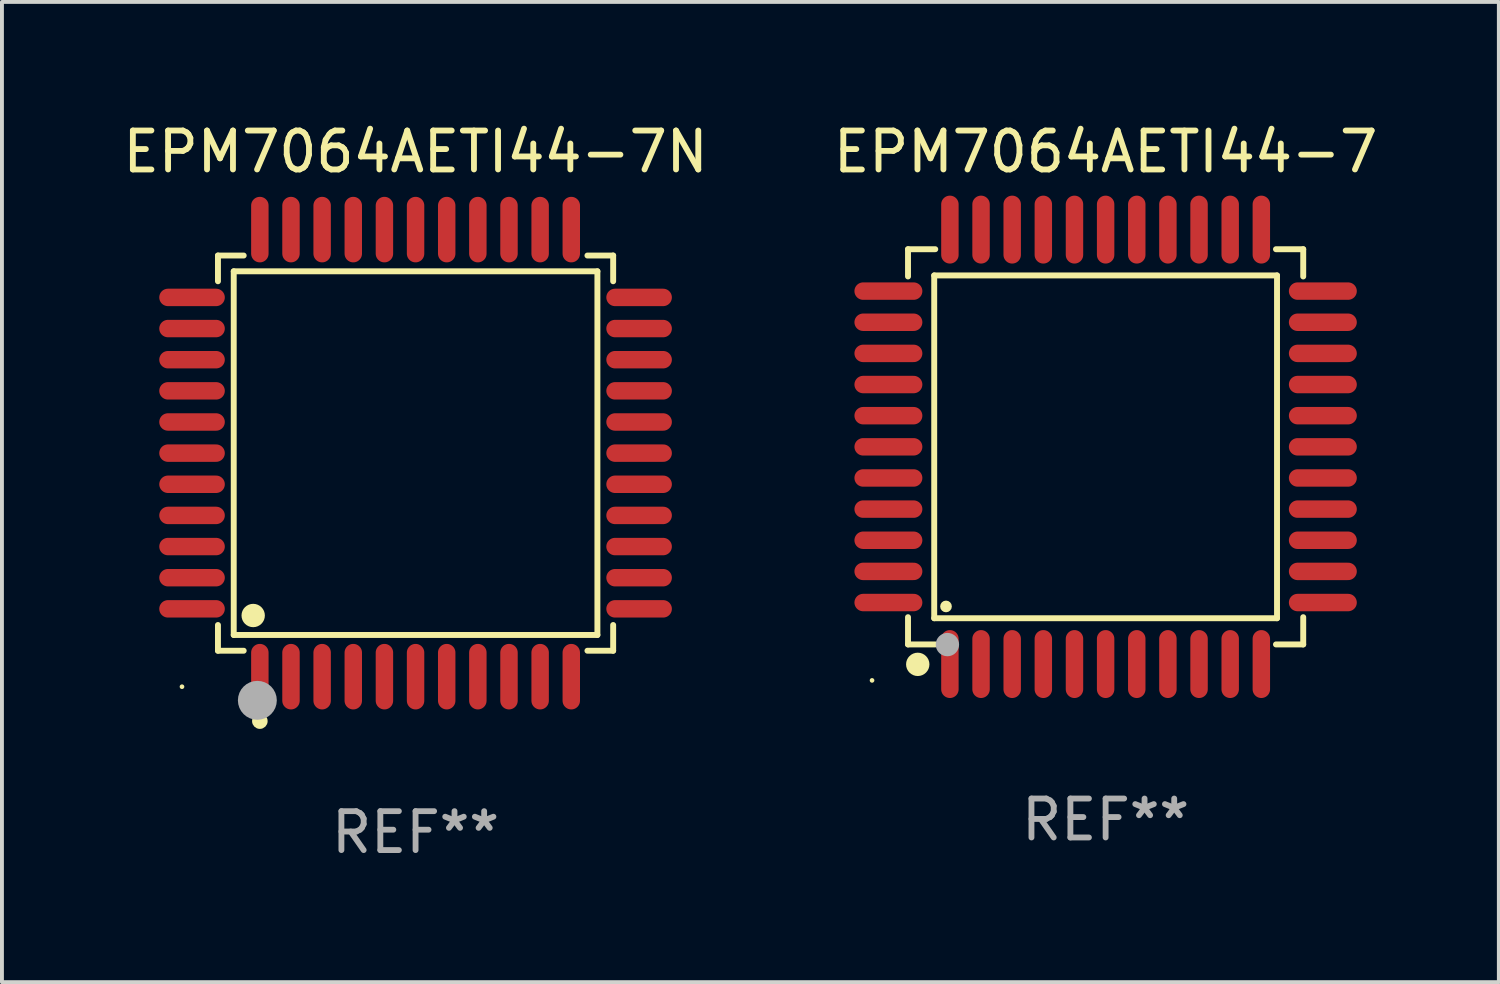
<source format=kicad_pcb>
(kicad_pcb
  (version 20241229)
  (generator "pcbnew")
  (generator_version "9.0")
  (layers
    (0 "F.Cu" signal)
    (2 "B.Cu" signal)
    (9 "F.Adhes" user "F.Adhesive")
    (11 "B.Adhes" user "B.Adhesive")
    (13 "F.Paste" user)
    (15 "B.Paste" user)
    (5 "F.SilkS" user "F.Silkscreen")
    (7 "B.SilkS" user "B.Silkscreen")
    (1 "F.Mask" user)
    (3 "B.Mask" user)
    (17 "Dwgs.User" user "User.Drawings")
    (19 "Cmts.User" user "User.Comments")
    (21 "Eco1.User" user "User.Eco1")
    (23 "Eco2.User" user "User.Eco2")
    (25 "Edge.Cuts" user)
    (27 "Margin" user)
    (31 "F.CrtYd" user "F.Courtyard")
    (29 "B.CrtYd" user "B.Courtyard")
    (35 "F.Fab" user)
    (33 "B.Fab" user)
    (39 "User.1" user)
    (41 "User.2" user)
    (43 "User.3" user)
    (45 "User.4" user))
  (footprint "EPM7064AETI44-7N"
    (layer "F.Cu")
    (at 7.625 8.59)
    (property "Reference" "EPM7064AETI44-7N" (at 0 -7.742 0) (layer "F.SilkS") (effects (font (size 1 1) (thickness 0.15))))
    (attr through_hole)
    (fp_line (start -5.076 -5.076) (end -4.415 -5.076) (stroke (width 0.152) (type solid)) (layer "F.SilkS"))
    (fp_line (start -5.076 -4.415) (end -5.076 -5.076) (stroke (width 0.152) (type solid)) (layer "F.SilkS"))
    (fp_line (start -5.076 4.415) (end -5.076 5.076) (stroke (width 0.152) (type solid)) (layer "F.SilkS"))
    (fp_line (start -5.076 5.076) (end -4.415 5.076) (stroke (width 0.152) (type solid)) (layer "F.SilkS"))
    (fp_line (start -4.671 -4.671) (end 4.671 -4.671) (stroke (width 0.152) (type solid)) (layer "F.SilkS"))
    (fp_line (start -4.671 4.671) (end -4.671 -4.671) (stroke (width 0.152) (type solid)) (layer "F.SilkS"))
    (fp_line (start 4.671 -4.671) (end 4.671 4.671) (stroke (width 0.152) (type solid)) (layer "F.SilkS"))
    (fp_line (start 4.671 4.671) (end -4.671 4.671) (stroke (width 0.152) (type solid)) (layer "F.SilkS"))
    (fp_line (start 5.076 -5.076) (end 4.415 -5.076) (stroke (width 0.152) (type solid)) (layer "F.SilkS"))
    (fp_line (start 5.076 -4.415) (end 5.076 -5.076) (stroke (width 0.152) (type solid)) (layer "F.SilkS"))
    (fp_line (start 5.076 4.415) (end 5.076 5.076) (stroke (width 0.152) (type solid)) (layer "F.SilkS"))
    (fp_line (start 5.076 5.076) (end 4.415 5.076) (stroke (width 0.152) (type solid)) (layer "F.SilkS"))
    (fp_circle (center -6 6) (end -5.97 6) (stroke (width 0.06) (type solid)) (fill no) (layer "F.SilkS"))
    (fp_circle (center -4.171 4.171) (end -4.021 4.171) (stroke (width 0.3) (type solid)) (fill no) (layer "F.SilkS"))
    (fp_circle (center -4 6.884) (end -3.9 6.884) (stroke (width 0.2) (type solid)) (fill no) (layer "F.SilkS"))
    (fp_circle (center -4.064 6.35) (end -3.814 6.35) (stroke (width 0.5) (type solid)) (fill no) (layer "F.Fab"))
    (fp_text user "REF**" (at 0 9.742 0) (layer "F.Fab") (effects (font (size 1 1) (thickness 0.15))))
    (pad "1" smd oval (at -4 5.742) (size 0.448 1.684) (layers "F.Cu" "F.Mask" "F.Paste"))
    (pad "2" smd oval (at -3.2 5.742) (size 0.448 1.684) (layers "F.Cu" "F.Mask" "F.Paste"))
    (pad "3" smd oval (at -2.4 5.742) (size 0.448 1.684) (layers "F.Cu" "F.Mask" "F.Paste"))
    (pad "4" smd oval (at -1.6 5.742) (size 0.448 1.684) (layers "F.Cu" "F.Mask" "F.Paste"))
    (pad "5" smd oval (at -0.8 5.742) (size 0.448 1.684) (layers "F.Cu" "F.Mask" "F.Paste"))
    (pad "6" smd oval (at 0 5.742) (size 0.448 1.684) (layers "F.Cu" "F.Mask" "F.Paste"))
    (pad "7" smd oval (at 0.8 5.742) (size 0.448 1.684) (layers "F.Cu" "F.Mask" "F.Paste"))
    (pad "8" smd oval (at 1.6 5.742) (size 0.448 1.684) (layers "F.Cu" "F.Mask" "F.Paste"))
    (pad "9" smd oval (at 2.4 5.742) (size 0.448 1.684) (layers "F.Cu" "F.Mask" "F.Paste"))
    (pad "10" smd oval (at 3.2 5.742) (size 0.448 1.684) (layers "F.Cu" "F.Mask" "F.Paste"))
    (pad "11" smd oval (at 4 5.742) (size 0.448 1.684) (layers "F.Cu" "F.Mask" "F.Paste"))
    (pad "12" smd oval (at 5.742 4) (size 1.684 0.448) (layers "F.Cu" "F.Mask" "F.Paste"))
    (pad "13" smd oval (at 5.742 3.2) (size 1.684 0.448) (layers "F.Cu" "F.Mask" "F.Paste"))
    (pad "14" smd oval (at 5.742 2.4) (size 1.684 0.448) (layers "F.Cu" "F.Mask" "F.Paste"))
    (pad "15" smd oval (at 5.742 1.6) (size 1.684 0.448) (layers "F.Cu" "F.Mask" "F.Paste"))
    (pad "16" smd oval (at 5.742 0.8) (size 1.684 0.448) (layers "F.Cu" "F.Mask" "F.Paste"))
    (pad "17" smd oval (at 5.742 0) (size 1.684 0.448) (layers "F.Cu" "F.Mask" "F.Paste"))
    (pad "18" smd oval (at 5.742 -0.8) (size 1.684 0.448) (layers "F.Cu" "F.Mask" "F.Paste"))
    (pad "19" smd oval (at 5.742 -1.6) (size 1.684 0.448) (layers "F.Cu" "F.Mask" "F.Paste"))
    (pad "20" smd oval (at 5.742 -2.4) (size 1.684 0.448) (layers "F.Cu" "F.Mask" "F.Paste"))
    (pad "21" smd oval (at 5.742 -3.2) (size 1.684 0.448) (layers "F.Cu" "F.Mask" "F.Paste"))
    (pad "22" smd oval (at 5.742 -4) (size 1.684 0.448) (layers "F.Cu" "F.Mask" "F.Paste"))
    (pad "23" smd oval (at 4 -5.742) (size 0.448 1.684) (layers "F.Cu" "F.Mask" "F.Paste"))
    (pad "24" smd oval (at 3.2 -5.742) (size 0.448 1.684) (layers "F.Cu" "F.Mask" "F.Paste"))
    (pad "25" smd oval (at 2.4 -5.742) (size 0.448 1.684) (layers "F.Cu" "F.Mask" "F.Paste"))
    (pad "26" smd oval (at 1.6 -5.742) (size 0.448 1.684) (layers "F.Cu" "F.Mask" "F.Paste"))
    (pad "27" smd oval (at 0.8 -5.742) (size 0.448 1.684) (layers "F.Cu" "F.Mask" "F.Paste"))
    (pad "28" smd oval (at 0 -5.742) (size 0.448 1.684) (layers "F.Cu" "F.Mask" "F.Paste"))
    (pad "29" smd oval (at -0.8 -5.742) (size 0.448 1.684) (layers "F.Cu" "F.Mask" "F.Paste"))
    (pad "30" smd oval (at -1.6 -5.742) (size 0.448 1.684) (layers "F.Cu" "F.Mask" "F.Paste"))
    (pad "31" smd oval (at -2.4 -5.742) (size 0.448 1.684) (layers "F.Cu" "F.Mask" "F.Paste"))
    (pad "32" smd oval (at -3.2 -5.742) (size 0.448 1.684) (layers "F.Cu" "F.Mask" "F.Paste"))
    (pad "33" smd oval (at -4 -5.742) (size 0.448 1.684) (layers "F.Cu" "F.Mask" "F.Paste"))
    (pad "34" smd oval (at -5.742 -4) (size 1.684 0.448) (layers "F.Cu" "F.Mask" "F.Paste"))
    (pad "35" smd oval (at -5.742 -3.2) (size 1.684 0.448) (layers "F.Cu" "F.Mask" "F.Paste"))
    (pad "36" smd oval (at -5.742 -2.4) (size 1.684 0.448) (layers "F.Cu" "F.Mask" "F.Paste"))
    (pad "37" smd oval (at -5.742 -1.6) (size 1.684 0.448) (layers "F.Cu" "F.Mask" "F.Paste"))
    (pad "38" smd oval (at -5.742 -0.8) (size 1.684 0.448) (layers "F.Cu" "F.Mask" "F.Paste"))
    (pad "39" smd oval (at -5.742 0) (size 1.684 0.448) (layers "F.Cu" "F.Mask" "F.Paste"))
    (pad "40" smd oval (at -5.742 0.8) (size 1.684 0.448) (layers "F.Cu" "F.Mask" "F.Paste"))
    (pad "41" smd oval (at -5.742 1.6) (size 1.684 0.448) (layers "F.Cu" "F.Mask" "F.Paste"))
    (pad "42" smd oval (at -5.742 2.4) (size 1.684 0.448) (layers "F.Cu" "F.Mask" "F.Paste"))
    (pad "43" smd oval (at -5.742 3.2) (size 1.684 0.448) (layers "F.Cu" "F.Mask" "F.Paste"))
    (pad "44" smd oval (at -5.742 4) (size 1.684 0.448) (layers "F.Cu" "F.Mask" "F.Paste")))
  (footprint "EPM7064AETI44-7"
    (layer "F.Cu")
    (at 25.351 8.428)
    (property "Reference" "EPM7064AETI44-7" (at 0 -7.58 0) (layer "F.SilkS") (effects (font (size 1 1) (thickness 0.15))))
    (attr through_hole)
    (fp_line (start -5.076 -5.076) (end -5.076 -4.376) (stroke (width 0.152) (type solid)) (layer "F.SilkS"))
    (fp_line (start -5.076 5.076) (end -5.076 4.376) (stroke (width 0.152) (type solid)) (layer "F.SilkS"))
    (fp_line (start -4.403 -4.403) (end 4.403 -4.403) (stroke (width 0.152) (type solid)) (layer "F.SilkS"))
    (fp_line (start -4.403 4.403) (end -4.403 -4.403) (stroke (width 0.152) (type solid)) (layer "F.SilkS"))
    (fp_line (start -4.376 -5.076) (end -5.076 -5.076) (stroke (width 0.152) (type solid)) (layer "F.SilkS"))
    (fp_line (start -4.376 5.076) (end -5.076 5.076) (stroke (width 0.152) (type solid)) (layer "F.SilkS"))
    (fp_line (start 4.376 -5.076) (end 5.076 -5.076) (stroke (width 0.152) (type solid)) (layer "F.SilkS"))
    (fp_line (start 4.376 5.076) (end 5.076 5.076) (stroke (width 0.152) (type solid)) (layer "F.SilkS"))
    (fp_line (start 4.403 -4.403) (end 4.403 4.403) (stroke (width 0.152) (type solid)) (layer "F.SilkS"))
    (fp_line (start 4.403 4.403) (end -4.403 4.403) (stroke (width 0.152) (type solid)) (layer "F.SilkS"))
    (fp_line (start 5.076 -5.076) (end 5.076 -4.376) (stroke (width 0.152) (type solid)) (layer "F.SilkS"))
    (fp_line (start 5.076 5.076) (end 5.076 4.376) (stroke (width 0.152) (type solid)) (layer "F.SilkS"))
    (fp_circle (center -6 6) (end -5.97 6) (stroke (width 0.06) (type solid)) (fill no) (layer "F.SilkS"))
    (fp_circle (center -4.826 5.588) (end -4.676 5.588) (stroke (width 0.3) (type solid)) (fill no) (layer "F.SilkS"))
    (fp_circle (center -4.1 4.1) (end -4.025 4.1) (stroke (width 0.15) (type solid)) (fill no) (layer "F.SilkS"))
    (fp_circle (center -4.064 5.08) (end -3.914 5.08) (stroke (width 0.3) (type solid)) (fill no) (layer "F.Fab"))
    (fp_text user "REF**" (at 0 9.58 0) (layer "F.Fab") (effects (font (size 1 1) (thickness 0.15))))
    (pad "1" smd oval (at -4 5.58) (size 0.448 1.745) (layers "F.Cu" "F.Mask" "F.Paste"))
    (pad "2" smd oval (at -3.2 5.58) (size 0.448 1.745) (layers "F.Cu" "F.Mask" "F.Paste"))
    (pad "3" smd oval (at -2.4 5.58) (size 0.448 1.745) (layers "F.Cu" "F.Mask" "F.Paste"))
    (pad "4" smd oval (at -1.6 5.58) (size 0.448 1.745) (layers "F.Cu" "F.Mask" "F.Paste"))
    (pad "5" smd oval (at -0.8 5.58) (size 0.448 1.745) (layers "F.Cu" "F.Mask" "F.Paste"))
    (pad "6" smd oval (at 0 5.58) (size 0.448 1.745) (layers "F.Cu" "F.Mask" "F.Paste"))
    (pad "7" smd oval (at 0.8 5.58) (size 0.448 1.745) (layers "F.Cu" "F.Mask" "F.Paste"))
    (pad "8" smd oval (at 1.6 5.58) (size 0.448 1.745) (layers "F.Cu" "F.Mask" "F.Paste"))
    (pad "9" smd oval (at 2.4 5.58) (size 0.448 1.745) (layers "F.Cu" "F.Mask" "F.Paste"))
    (pad "10" smd oval (at 3.2 5.58) (size 0.448 1.745) (layers "F.Cu" "F.Mask" "F.Paste"))
    (pad "11" smd oval (at 4 5.58) (size 0.448 1.745) (layers "F.Cu" "F.Mask" "F.Paste"))
    (pad "12" smd oval (at 5.58 4) (size 1.745 0.448) (layers "F.Cu" "F.Mask" "F.Paste"))
    (pad "13" smd oval (at 5.58 3.2) (size 1.745 0.448) (layers "F.Cu" "F.Mask" "F.Paste"))
    (pad "14" smd oval (at 5.58 2.4) (size 1.745 0.448) (layers "F.Cu" "F.Mask" "F.Paste"))
    (pad "15" smd oval (at 5.58 1.6) (size 1.745 0.448) (layers "F.Cu" "F.Mask" "F.Paste"))
    (pad "16" smd oval (at 5.58 0.8) (size 1.745 0.448) (layers "F.Cu" "F.Mask" "F.Paste"))
    (pad "17" smd oval (at 5.58 0) (size 1.745 0.448) (layers "F.Cu" "F.Mask" "F.Paste"))
    (pad "18" smd oval (at 5.58 -0.8) (size 1.745 0.448) (layers "F.Cu" "F.Mask" "F.Paste"))
    (pad "19" smd oval (at 5.58 -1.6) (size 1.745 0.448) (layers "F.Cu" "F.Mask" "F.Paste"))
    (pad "20" smd oval (at 5.58 -2.4) (size 1.745 0.448) (layers "F.Cu" "F.Mask" "F.Paste"))
    (pad "21" smd oval (at 5.58 -3.2) (size 1.745 0.448) (layers "F.Cu" "F.Mask" "F.Paste"))
    (pad "22" smd oval (at 5.58 -4) (size 1.745 0.448) (layers "F.Cu" "F.Mask" "F.Paste"))
    (pad "23" smd oval (at 4 -5.58) (size 0.448 1.745) (layers "F.Cu" "F.Mask" "F.Paste"))
    (pad "24" smd oval (at 3.2 -5.58) (size 0.448 1.745) (layers "F.Cu" "F.Mask" "F.Paste"))
    (pad "25" smd oval (at 2.4 -5.58) (size 0.448 1.745) (layers "F.Cu" "F.Mask" "F.Paste"))
    (pad "26" smd oval (at 1.6 -5.58) (size 0.448 1.745) (layers "F.Cu" "F.Mask" "F.Paste"))
    (pad "27" smd oval (at 0.8 -5.58) (size 0.448 1.745) (layers "F.Cu" "F.Mask" "F.Paste"))
    (pad "28" smd oval (at 0 -5.58) (size 0.448 1.745) (layers "F.Cu" "F.Mask" "F.Paste"))
    (pad "29" smd oval (at -0.8 -5.58) (size 0.448 1.745) (layers "F.Cu" "F.Mask" "F.Paste"))
    (pad "30" smd oval (at -1.6 -5.58) (size 0.448 1.745) (layers "F.Cu" "F.Mask" "F.Paste"))
    (pad "31" smd oval (at -2.4 -5.58) (size 0.448 1.745) (layers "F.Cu" "F.Mask" "F.Paste"))
    (pad "32" smd oval (at -3.2 -5.58) (size 0.448 1.745) (layers "F.Cu" "F.Mask" "F.Paste"))
    (pad "33" smd oval (at -4 -5.58) (size 0.448 1.745) (layers "F.Cu" "F.Mask" "F.Paste"))
    (pad "34" smd oval (at -5.58 -4) (size 1.745 0.448) (layers "F.Cu" "F.Mask" "F.Paste"))
    (pad "35" smd oval (at -5.58 -3.2) (size 1.745 0.448) (layers "F.Cu" "F.Mask" "F.Paste"))
    (pad "36" smd oval (at -5.58 -2.4) (size 1.745 0.448) (layers "F.Cu" "F.Mask" "F.Paste"))
    (pad "37" smd oval (at -5.58 -1.6) (size 1.745 0.448) (layers "F.Cu" "F.Mask" "F.Paste"))
    (pad "38" smd oval (at -5.58 -0.8) (size 1.745 0.448) (layers "F.Cu" "F.Mask" "F.Paste"))
    (pad "39" smd oval (at -5.58 0) (size 1.745 0.448) (layers "F.Cu" "F.Mask" "F.Paste"))
    (pad "40" smd oval (at -5.58 0.8) (size 1.745 0.448) (layers "F.Cu" "F.Mask" "F.Paste"))
    (pad "41" smd oval (at -5.58 1.6) (size 1.745 0.448) (layers "F.Cu" "F.Mask" "F.Paste"))
    (pad "42" smd oval (at -5.58 2.4) (size 1.745 0.448) (layers "F.Cu" "F.Mask" "F.Paste"))
    (pad "43" smd oval (at -5.58 3.2) (size 1.745 0.448) (layers "F.Cu" "F.Mask" "F.Paste"))
    (pad "44" smd oval (at -5.58 4) (size 1.745 0.448) (layers "F.Cu" "F.Mask" "F.Paste")))
  (gr_rect
    (start -3 -3)
    (end 35.452 22.18)
    (stroke (width 0.1) (type default))
    (fill no)
    (layer "Edge.Cuts")))
</source>
